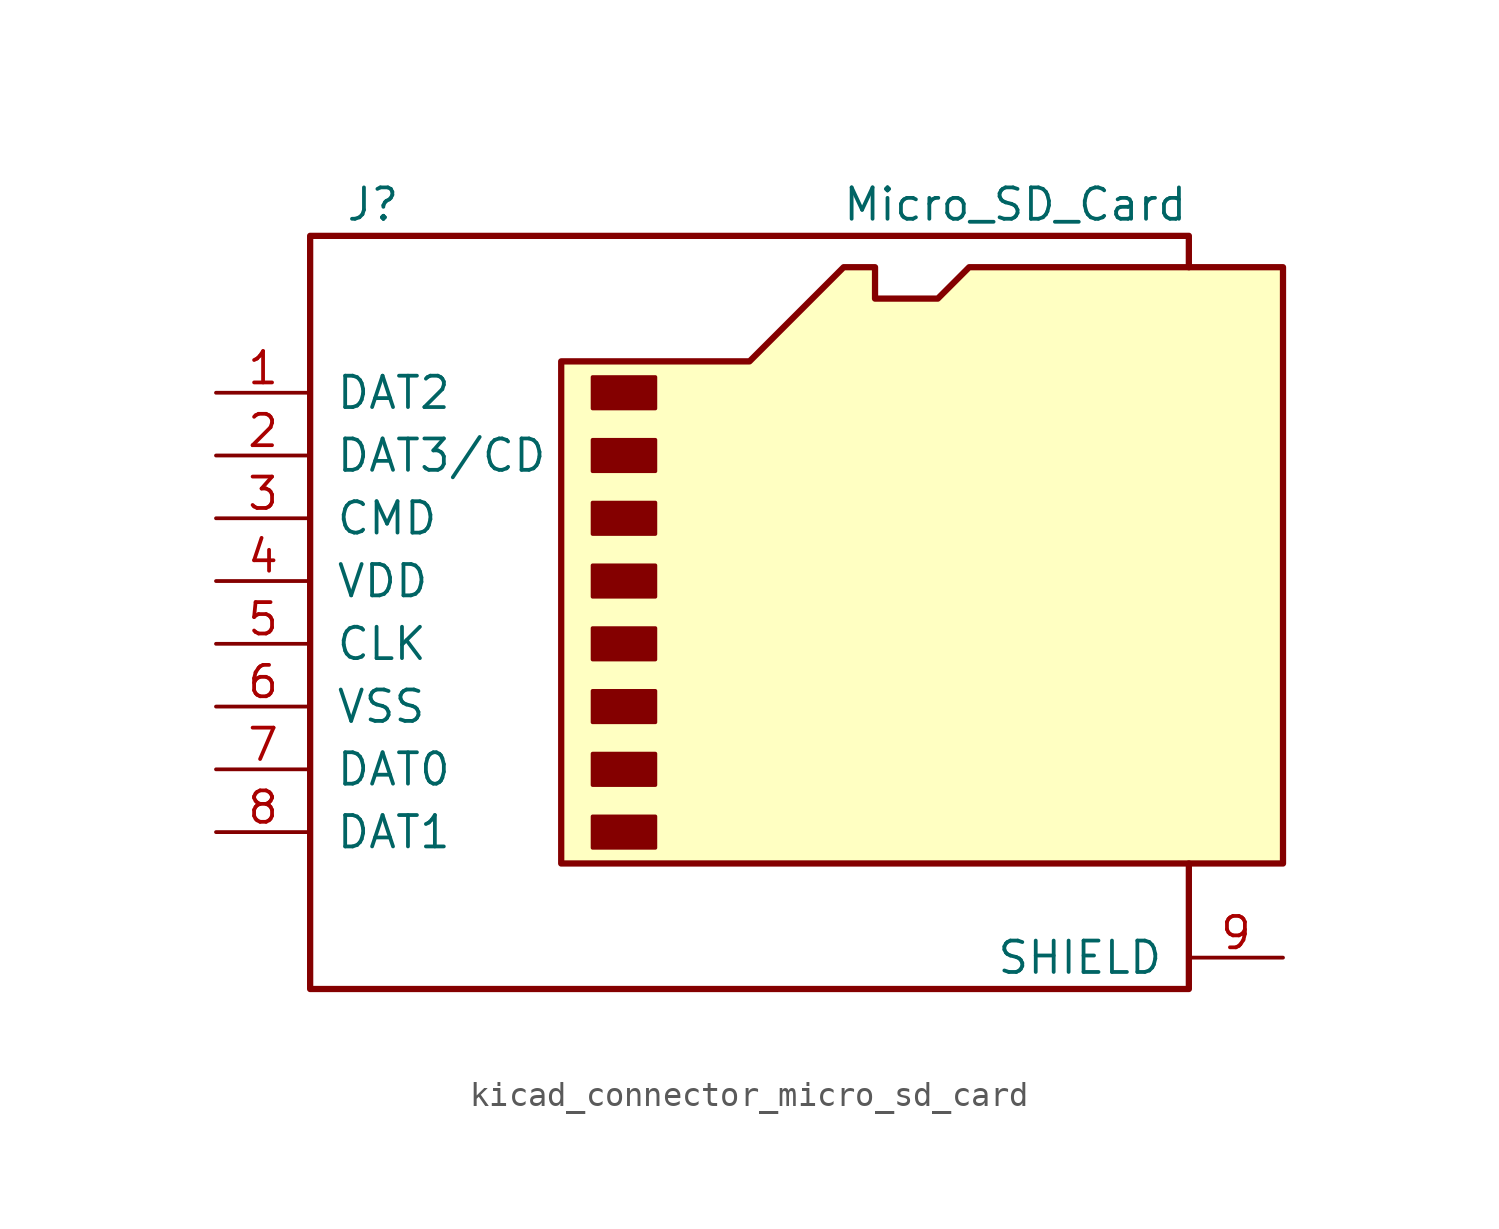
<source format=kicad_sym>
(kicad_symbol_lib
  (version 20220914)
  (generator kicad_symbol_editor)
  (symbol "kicad_connector_micro_sd_card"
    (pin_names
      (offset 1.016))
    (property "Reference" "J"
      (at -16.51 15.24 0)
      (effects (font (size 1.27 1.27))))
    (property "Value" "Micro_SD_Card"
      (at 16.51 15.24 0)
      (effects (font (size 1.27 1.27)) (justify right)))
    (symbol "kicad_connector_micro_sd_card_0_1"
      (rectangle (start -7.62 -9.525) (end -5.08 -10.795) (stroke (width 0) (type default)) (fill (type outline)))
      (rectangle (start -7.62 -6.985) (end -5.08 -8.255) (stroke (width 0) (type default)) (fill (type outline)))
      (rectangle (start -7.62 -4.445) (end -5.08 -5.715) (stroke (width 0) (type default)) (fill (type outline)))
      (rectangle (start -7.62 -1.905) (end -5.08 -3.175) (stroke (width 0) (type default)) (fill (type outline)))
      (rectangle (start -7.62 0.635) (end -5.08 -0.635) (stroke (width 0) (type default)) (fill (type outline)))
      (rectangle (start -7.62 3.175) (end -5.08 1.905) (stroke (width 0) (type default)) (fill (type outline)))
      (rectangle (start -7.62 5.715) (end -5.08 4.445) (stroke (width 0) (type default)) (fill (type outline)))
      (rectangle (start -7.62 8.255) (end -5.08 6.985) (stroke (width 0) (type default)) (fill (type outline)))
      (polyline (pts (xy 16.51 12.7) (xy 16.51 13.97) (xy -19.05 13.97) (xy -19.05 -16.51) (xy 16.51 -16.51) (xy 16.51 -11.43)) (stroke (width 0.254) (type default)) (fill (type none)))
      (polyline (pts (xy -8.89 -11.43) (xy -8.89 8.89) (xy -1.27 8.89) (xy 2.54 12.7) (xy 3.81 12.7) (xy 3.81 11.43) (xy 6.35 11.43) (xy 7.62 12.7) (xy 20.32 12.7) (xy 20.32 -11.43) (xy -8.89 -11.43)) (stroke (width 0.254) (type default)) (fill (type background))))
    (symbol "kicad_connector_micro_sd_card_1_1"
      (pin bidirectional line (at -22.86 7.62 0) (length 3.81) (name "DAT2" (effects (font (size 1.27 1.27)))) (number "1" (effects (font (size 1.27 1.27)))))
      (pin bidirectional line (at -22.86 5.08 0) (length 3.81) (name "DAT3/CD" (effects (font (size 1.27 1.27)))) (number "2" (effects (font (size 1.27 1.27)))))
      (pin input line (at -22.86 2.54 0) (length 3.81) (name "CMD" (effects (font (size 1.27 1.27)))) (number "3" (effects (font (size 1.27 1.27)))))
      (pin power_in line (at -22.86 0 0) (length 3.81) (name "VDD" (effects (font (size 1.27 1.27)))) (number "4" (effects (font (size 1.27 1.27)))))
      (pin input line (at -22.86 -2.54 0) (length 3.81) (name "CLK" (effects (font (size 1.27 1.27)))) (number "5" (effects (font (size 1.27 1.27)))))
      (pin power_in line (at -22.86 -5.08 0) (length 3.81) (name "VSS" (effects (font (size 1.27 1.27)))) (number "6" (effects (font (size 1.27 1.27)))))
      (pin bidirectional line (at -22.86 -7.62 0) (length 3.81) (name "DAT0" (effects (font (size 1.27 1.27)))) (number "7" (effects (font (size 1.27 1.27)))))
      (pin bidirectional line (at -22.86 -10.16 0) (length 3.81) (name "DAT1" (effects (font (size 1.27 1.27)))) (number "8" (effects (font (size 1.27 1.27)))))
      (pin passive line (at 20.32 -15.24 180) (length 3.81) (name "SHIELD" (effects (font (size 1.27 1.27)))) (number "9" (effects (font (size 1.27 1.27))))))))
</source>
